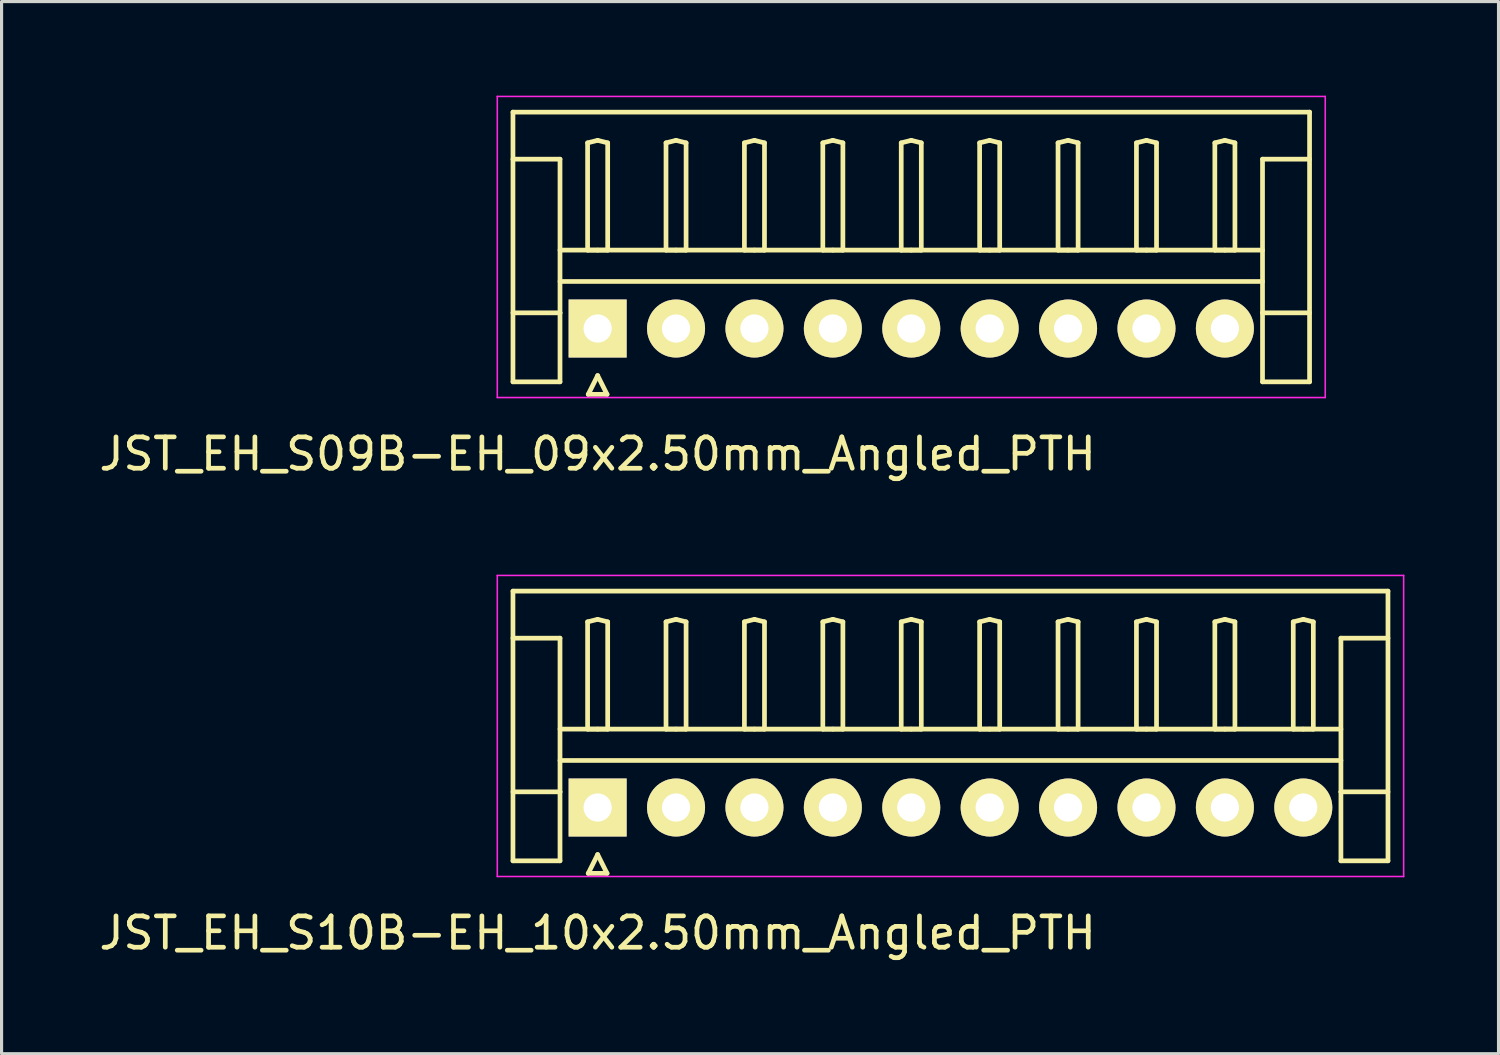
<source format=kicad_pcb>
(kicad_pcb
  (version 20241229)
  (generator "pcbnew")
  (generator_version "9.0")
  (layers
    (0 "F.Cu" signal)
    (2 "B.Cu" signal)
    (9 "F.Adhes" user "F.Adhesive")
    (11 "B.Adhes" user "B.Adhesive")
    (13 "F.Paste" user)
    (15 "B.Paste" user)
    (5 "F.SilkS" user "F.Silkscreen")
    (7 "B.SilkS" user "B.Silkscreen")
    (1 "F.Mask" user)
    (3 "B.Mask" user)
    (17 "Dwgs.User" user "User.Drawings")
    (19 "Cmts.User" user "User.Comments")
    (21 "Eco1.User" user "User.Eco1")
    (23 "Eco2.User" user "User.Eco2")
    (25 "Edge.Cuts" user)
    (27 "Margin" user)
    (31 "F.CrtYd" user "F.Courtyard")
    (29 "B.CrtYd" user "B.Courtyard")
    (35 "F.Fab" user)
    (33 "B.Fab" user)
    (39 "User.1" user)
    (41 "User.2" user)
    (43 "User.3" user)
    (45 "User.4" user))
  (footprint "JST_EH_S09B-EH_09x2.50mm_Angled_PTH"
    (layer "F.Cu")
    (at 16.006 7.425)
    (property "Reference" "JST_EH_S09B-EH_09x2.50mm_Angled_PTH" (at 0 4 0) (layer "F.SilkS") (effects (font (size 1 1) (thickness 0.15))))
    (attr through_hole)
    (fp_line (start -2.7 -6.9) (end 22.7 -6.9) (stroke (width 0.15) (type solid)) (layer "F.SilkS"))
    (fp_line (start -2.7 -5.4) (end -1.2 -5.4) (stroke (width 0.15) (type solid)) (layer "F.SilkS"))
    (fp_line (start -2.7 1.7) (end -2.7 -6.9) (stroke (width 0.15) (type solid)) (layer "F.SilkS"))
    (fp_line (start -1.2 -5.4) (end -1.2 -0.5) (stroke (width 0.15) (type solid)) (layer "F.SilkS"))
    (fp_line (start -1.2 -2.5) (end 21.2 -2.5) (stroke (width 0.15) (type solid)) (layer "F.SilkS"))
    (fp_line (start -1.2 -1.5) (end 21.2 -1.5) (stroke (width 0.15) (type solid)) (layer "F.SilkS"))
    (fp_line (start -1.2 -0.5) (end -2.7 -0.5) (stroke (width 0.15) (type solid)) (layer "F.SilkS"))
    (fp_line (start -1.2 -0.5) (end -1.2 1.7) (stroke (width 0.15) (type solid)) (layer "F.SilkS"))
    (fp_line (start -1.2 1.7) (end -2.7 1.7) (stroke (width 0.15) (type solid)) (layer "F.SilkS"))
    (fp_line (start -0.32 -5.92) (end 0 -6) (stroke (width 0.15) (type solid)) (layer "F.SilkS"))
    (fp_line (start -0.32 -2.5) (end -0.32 -5.92) (stroke (width 0.15) (type solid)) (layer "F.SilkS"))
    (fp_line (start -0.3 2.1) (end 0.3 2.1) (stroke (width 0.15) (type solid)) (layer "F.SilkS"))
    (fp_line (start 0 -6) (end 0.32 -5.92) (stroke (width 0.15) (type solid)) (layer "F.SilkS"))
    (fp_line (start 0 -2.5) (end -0.32 -2.5) (stroke (width 0.15) (type solid)) (layer "F.SilkS"))
    (fp_line (start 0 1.5) (end -0.3 2.1) (stroke (width 0.15) (type solid)) (layer "F.SilkS"))
    (fp_line (start 0.3 2.1) (end 0 1.5) (stroke (width 0.15) (type solid)) (layer "F.SilkS"))
    (fp_line (start 0.32 -5.92) (end 0.32 -2.5) (stroke (width 0.15) (type solid)) (layer "F.SilkS"))
    (fp_line (start 0.32 -2.5) (end 0 -2.5) (stroke (width 0.15) (type solid)) (layer "F.SilkS"))
    (fp_line (start 2.18 -5.92) (end 2.5 -6) (stroke (width 0.15) (type solid)) (layer "F.SilkS"))
    (fp_line (start 2.18 -2.5) (end 2.18 -5.92) (stroke (width 0.15) (type solid)) (layer "F.SilkS"))
    (fp_line (start 2.5 -6) (end 2.82 -5.92) (stroke (width 0.15) (type solid)) (layer "F.SilkS"))
    (fp_line (start 2.5 -2.5) (end 2.18 -2.5) (stroke (width 0.15) (type solid)) (layer "F.SilkS"))
    (fp_line (start 2.82 -5.92) (end 2.82 -2.5) (stroke (width 0.15) (type solid)) (layer "F.SilkS"))
    (fp_line (start 2.82 -2.5) (end 2.5 -2.5) (stroke (width 0.15) (type solid)) (layer "F.SilkS"))
    (fp_line (start 4.68 -5.92) (end 5 -6) (stroke (width 0.15) (type solid)) (layer "F.SilkS"))
    (fp_line (start 4.68 -2.5) (end 4.68 -5.92) (stroke (width 0.15) (type solid)) (layer "F.SilkS"))
    (fp_line (start 5 -6) (end 5.32 -5.92) (stroke (width 0.15) (type solid)) (layer "F.SilkS"))
    (fp_line (start 5 -2.5) (end 4.68 -2.5) (stroke (width 0.15) (type solid)) (layer "F.SilkS"))
    (fp_line (start 5.32 -5.92) (end 5.32 -2.5) (stroke (width 0.15) (type solid)) (layer "F.SilkS"))
    (fp_line (start 5.32 -2.5) (end 5 -2.5) (stroke (width 0.15) (type solid)) (layer "F.SilkS"))
    (fp_line (start 7.18 -5.92) (end 7.5 -6) (stroke (width 0.15) (type solid)) (layer "F.SilkS"))
    (fp_line (start 7.18 -2.5) (end 7.18 -5.92) (stroke (width 0.15) (type solid)) (layer "F.SilkS"))
    (fp_line (start 7.5 -6) (end 7.82 -5.92) (stroke (width 0.15) (type solid)) (layer "F.SilkS"))
    (fp_line (start 7.5 -2.5) (end 7.18 -2.5) (stroke (width 0.15) (type solid)) (layer "F.SilkS"))
    (fp_line (start 7.82 -5.92) (end 7.82 -2.5) (stroke (width 0.15) (type solid)) (layer "F.SilkS"))
    (fp_line (start 7.82 -2.5) (end 7.5 -2.5) (stroke (width 0.15) (type solid)) (layer "F.SilkS"))
    (fp_line (start 9.68 -5.92) (end 10 -6) (stroke (width 0.15) (type solid)) (layer "F.SilkS"))
    (fp_line (start 9.68 -2.5) (end 9.68 -5.92) (stroke (width 0.15) (type solid)) (layer "F.SilkS"))
    (fp_line (start 10 -6) (end 10.32 -5.92) (stroke (width 0.15) (type solid)) (layer "F.SilkS"))
    (fp_line (start 10 -2.5) (end 9.68 -2.5) (stroke (width 0.15) (type solid)) (layer "F.SilkS"))
    (fp_line (start 10.32 -5.92) (end 10.32 -2.5) (stroke (width 0.15) (type solid)) (layer "F.SilkS"))
    (fp_line (start 10.32 -2.5) (end 10 -2.5) (stroke (width 0.15) (type solid)) (layer "F.SilkS"))
    (fp_line (start 12.18 -5.92) (end 12.5 -6) (stroke (width 0.15) (type solid)) (layer "F.SilkS"))
    (fp_line (start 12.18 -2.5) (end 12.18 -5.92) (stroke (width 0.15) (type solid)) (layer "F.SilkS"))
    (fp_line (start 12.5 -6) (end 12.82 -5.92) (stroke (width 0.15) (type solid)) (layer "F.SilkS"))
    (fp_line (start 12.5 -2.5) (end 12.18 -2.5) (stroke (width 0.15) (type solid)) (layer "F.SilkS"))
    (fp_line (start 12.82 -5.92) (end 12.82 -2.5) (stroke (width 0.15) (type solid)) (layer "F.SilkS"))
    (fp_line (start 12.82 -2.5) (end 12.5 -2.5) (stroke (width 0.15) (type solid)) (layer "F.SilkS"))
    (fp_line (start 14.68 -5.92) (end 15 -6) (stroke (width 0.15) (type solid)) (layer "F.SilkS"))
    (fp_line (start 14.68 -2.5) (end 14.68 -5.92) (stroke (width 0.15) (type solid)) (layer "F.SilkS"))
    (fp_line (start 15 -6) (end 15.32 -5.92) (stroke (width 0.15) (type solid)) (layer "F.SilkS"))
    (fp_line (start 15 -2.5) (end 14.68 -2.5) (stroke (width 0.15) (type solid)) (layer "F.SilkS"))
    (fp_line (start 15.32 -5.92) (end 15.32 -2.5) (stroke (width 0.15) (type solid)) (layer "F.SilkS"))
    (fp_line (start 15.32 -2.5) (end 15 -2.5) (stroke (width 0.15) (type solid)) (layer "F.SilkS"))
    (fp_line (start 17.18 -5.92) (end 17.5 -6) (stroke (width 0.15) (type solid)) (layer "F.SilkS"))
    (fp_line (start 17.18 -2.5) (end 17.18 -5.92) (stroke (width 0.15) (type solid)) (layer "F.SilkS"))
    (fp_line (start 17.5 -6) (end 17.82 -5.92) (stroke (width 0.15) (type solid)) (layer "F.SilkS"))
    (fp_line (start 17.5 -2.5) (end 17.18 -2.5) (stroke (width 0.15) (type solid)) (layer "F.SilkS"))
    (fp_line (start 17.82 -5.92) (end 17.82 -2.5) (stroke (width 0.15) (type solid)) (layer "F.SilkS"))
    (fp_line (start 17.82 -2.5) (end 17.5 -2.5) (stroke (width 0.15) (type solid)) (layer "F.SilkS"))
    (fp_line (start 19.68 -5.92) (end 20 -6) (stroke (width 0.15) (type solid)) (layer "F.SilkS"))
    (fp_line (start 19.68 -2.5) (end 19.68 -5.92) (stroke (width 0.15) (type solid)) (layer "F.SilkS"))
    (fp_line (start 20 -6) (end 20.32 -5.92) (stroke (width 0.15) (type solid)) (layer "F.SilkS"))
    (fp_line (start 20 -2.5) (end 19.68 -2.5) (stroke (width 0.15) (type solid)) (layer "F.SilkS"))
    (fp_line (start 20.32 -5.92) (end 20.32 -2.5) (stroke (width 0.15) (type solid)) (layer "F.SilkS"))
    (fp_line (start 20.32 -2.5) (end 20 -2.5) (stroke (width 0.15) (type solid)) (layer "F.SilkS"))
    (fp_line (start 21.2 -5.4) (end 21.2 -0.5) (stroke (width 0.15) (type solid)) (layer "F.SilkS"))
    (fp_line (start 21.2 -0.5) (end 22.7 -0.5) (stroke (width 0.15) (type solid)) (layer "F.SilkS"))
    (fp_line (start 21.2 1.7) (end 21.2 -0.5) (stroke (width 0.15) (type solid)) (layer "F.SilkS"))
    (fp_line (start 22.7 -6.9) (end 22.7 1.7) (stroke (width 0.15) (type solid)) (layer "F.SilkS"))
    (fp_line (start 22.7 -5.4) (end 21.2 -5.4) (stroke (width 0.15) (type solid)) (layer "F.SilkS"))
    (fp_line (start 22.7 1.7) (end 21.2 1.7) (stroke (width 0.15) (type solid)) (layer "F.SilkS"))
    (fp_line (start -3.2 -7.4) (end -3.2 2.2) (stroke (width 0.05) (type solid)) (layer "F.CrtYd"))
    (fp_line (start -3.2 2.2) (end 23.2 2.2) (stroke (width 0.05) (type solid)) (layer "F.CrtYd"))
    (fp_line (start 23.2 -7.4) (end -3.2 -7.4) (stroke (width 0.05) (type solid)) (layer "F.CrtYd"))
    (fp_line (start 23.2 2.2) (end 23.2 -7.4) (stroke (width 0.05) (type solid)) (layer "F.CrtYd"))
    (pad "1" thru_hole rect (at 0 0) (size 1.85 1.85) (drill 0.9) (layers "*.Cu" "*.Mask" "F.SilkS"))
    (pad "2" thru_hole circle (at 2.5 0) (size 1.85 1.85) (drill 0.9) (layers "*.Cu" "*.Mask" "F.SilkS"))
    (pad "3" thru_hole circle (at 5 0) (size 1.85 1.85) (drill 0.9) (layers "*.Cu" "*.Mask" "F.SilkS"))
    (pad "4" thru_hole circle (at 7.5 0) (size 1.85 1.85) (drill 0.9) (layers "*.Cu" "*.Mask" "F.SilkS"))
    (pad "5" thru_hole circle (at 10 0) (size 1.85 1.85) (drill 0.9) (layers "*.Cu" "*.Mask" "F.SilkS"))
    (pad "6" thru_hole circle (at 12.5 0) (size 1.85 1.85) (drill 0.9) (layers "*.Cu" "*.Mask" "F.SilkS"))
    (pad "7" thru_hole circle (at 15 0) (size 1.85 1.85) (drill 0.9) (layers "*.Cu" "*.Mask" "F.SilkS"))
    (pad "8" thru_hole circle (at 17.5 0) (size 1.85 1.85) (drill 0.9) (layers "*.Cu" "*.Mask" "F.SilkS"))
    (pad "9" thru_hole circle (at 20 0) (size 1.85 1.85) (drill 0.9) (layers "*.Cu" "*.Mask" "F.SilkS")))
  (footprint "JST_EH_S10B-EH_10x2.50mm_Angled_PTH"
    (layer "F.Cu")
    (at 16.006 22.698)
    (property "Reference" "JST_EH_S10B-EH_10x2.50mm_Angled_PTH" (at 0 4 0) (layer "F.SilkS") (effects (font (size 1 1) (thickness 0.15))))
    (attr through_hole)
    (fp_line (start -2.7 -6.9) (end 25.2 -6.9) (stroke (width 0.15) (type solid)) (layer "F.SilkS"))
    (fp_line (start -2.7 -5.4) (end -1.2 -5.4) (stroke (width 0.15) (type solid)) (layer "F.SilkS"))
    (fp_line (start -2.7 1.7) (end -2.7 -6.9) (stroke (width 0.15) (type solid)) (layer "F.SilkS"))
    (fp_line (start -1.2 -5.4) (end -1.2 -0.5) (stroke (width 0.15) (type solid)) (layer "F.SilkS"))
    (fp_line (start -1.2 -2.5) (end 23.7 -2.5) (stroke (width 0.15) (type solid)) (layer "F.SilkS"))
    (fp_line (start -1.2 -1.5) (end 23.7 -1.5) (stroke (width 0.15) (type solid)) (layer "F.SilkS"))
    (fp_line (start -1.2 -0.5) (end -2.7 -0.5) (stroke (width 0.15) (type solid)) (layer "F.SilkS"))
    (fp_line (start -1.2 -0.5) (end -1.2 1.7) (stroke (width 0.15) (type solid)) (layer "F.SilkS"))
    (fp_line (start -1.2 1.7) (end -2.7 1.7) (stroke (width 0.15) (type solid)) (layer "F.SilkS"))
    (fp_line (start -0.32 -5.92) (end 0 -6) (stroke (width 0.15) (type solid)) (layer "F.SilkS"))
    (fp_line (start -0.32 -2.5) (end -0.32 -5.92) (stroke (width 0.15) (type solid)) (layer "F.SilkS"))
    (fp_line (start -0.3 2.1) (end 0.3 2.1) (stroke (width 0.15) (type solid)) (layer "F.SilkS"))
    (fp_line (start 0 -6) (end 0.32 -5.92) (stroke (width 0.15) (type solid)) (layer "F.SilkS"))
    (fp_line (start 0 -2.5) (end -0.32 -2.5) (stroke (width 0.15) (type solid)) (layer "F.SilkS"))
    (fp_line (start 0 1.5) (end -0.3 2.1) (stroke (width 0.15) (type solid)) (layer "F.SilkS"))
    (fp_line (start 0.3 2.1) (end 0 1.5) (stroke (width 0.15) (type solid)) (layer "F.SilkS"))
    (fp_line (start 0.32 -5.92) (end 0.32 -2.5) (stroke (width 0.15) (type solid)) (layer "F.SilkS"))
    (fp_line (start 0.32 -2.5) (end 0 -2.5) (stroke (width 0.15) (type solid)) (layer "F.SilkS"))
    (fp_line (start 2.18 -5.92) (end 2.5 -6) (stroke (width 0.15) (type solid)) (layer "F.SilkS"))
    (fp_line (start 2.18 -2.5) (end 2.18 -5.92) (stroke (width 0.15) (type solid)) (layer "F.SilkS"))
    (fp_line (start 2.5 -6) (end 2.82 -5.92) (stroke (width 0.15) (type solid)) (layer "F.SilkS"))
    (fp_line (start 2.5 -2.5) (end 2.18 -2.5) (stroke (width 0.15) (type solid)) (layer "F.SilkS"))
    (fp_line (start 2.82 -5.92) (end 2.82 -2.5) (stroke (width 0.15) (type solid)) (layer "F.SilkS"))
    (fp_line (start 2.82 -2.5) (end 2.5 -2.5) (stroke (width 0.15) (type solid)) (layer "F.SilkS"))
    (fp_line (start 4.68 -5.92) (end 5 -6) (stroke (width 0.15) (type solid)) (layer "F.SilkS"))
    (fp_line (start 4.68 -2.5) (end 4.68 -5.92) (stroke (width 0.15) (type solid)) (layer "F.SilkS"))
    (fp_line (start 5 -6) (end 5.32 -5.92) (stroke (width 0.15) (type solid)) (layer "F.SilkS"))
    (fp_line (start 5 -2.5) (end 4.68 -2.5) (stroke (width 0.15) (type solid)) (layer "F.SilkS"))
    (fp_line (start 5.32 -5.92) (end 5.32 -2.5) (stroke (width 0.15) (type solid)) (layer "F.SilkS"))
    (fp_line (start 5.32 -2.5) (end 5 -2.5) (stroke (width 0.15) (type solid)) (layer "F.SilkS"))
    (fp_line (start 7.18 -5.92) (end 7.5 -6) (stroke (width 0.15) (type solid)) (layer "F.SilkS"))
    (fp_line (start 7.18 -2.5) (end 7.18 -5.92) (stroke (width 0.15) (type solid)) (layer "F.SilkS"))
    (fp_line (start 7.5 -6) (end 7.82 -5.92) (stroke (width 0.15) (type solid)) (layer "F.SilkS"))
    (fp_line (start 7.5 -2.5) (end 7.18 -2.5) (stroke (width 0.15) (type solid)) (layer "F.SilkS"))
    (fp_line (start 7.82 -5.92) (end 7.82 -2.5) (stroke (width 0.15) (type solid)) (layer "F.SilkS"))
    (fp_line (start 7.82 -2.5) (end 7.5 -2.5) (stroke (width 0.15) (type solid)) (layer "F.SilkS"))
    (fp_line (start 9.68 -5.92) (end 10 -6) (stroke (width 0.15) (type solid)) (layer "F.SilkS"))
    (fp_line (start 9.68 -2.5) (end 9.68 -5.92) (stroke (width 0.15) (type solid)) (layer "F.SilkS"))
    (fp_line (start 10 -6) (end 10.32 -5.92) (stroke (width 0.15) (type solid)) (layer "F.SilkS"))
    (fp_line (start 10 -2.5) (end 9.68 -2.5) (stroke (width 0.15) (type solid)) (layer "F.SilkS"))
    (fp_line (start 10.32 -5.92) (end 10.32 -2.5) (stroke (width 0.15) (type solid)) (layer "F.SilkS"))
    (fp_line (start 10.32 -2.5) (end 10 -2.5) (stroke (width 0.15) (type solid)) (layer "F.SilkS"))
    (fp_line (start 12.18 -5.92) (end 12.5 -6) (stroke (width 0.15) (type solid)) (layer "F.SilkS"))
    (fp_line (start 12.18 -2.5) (end 12.18 -5.92) (stroke (width 0.15) (type solid)) (layer "F.SilkS"))
    (fp_line (start 12.5 -6) (end 12.82 -5.92) (stroke (width 0.15) (type solid)) (layer "F.SilkS"))
    (fp_line (start 12.5 -2.5) (end 12.18 -2.5) (stroke (width 0.15) (type solid)) (layer "F.SilkS"))
    (fp_line (start 12.82 -5.92) (end 12.82 -2.5) (stroke (width 0.15) (type solid)) (layer "F.SilkS"))
    (fp_line (start 12.82 -2.5) (end 12.5 -2.5) (stroke (width 0.15) (type solid)) (layer "F.SilkS"))
    (fp_line (start 14.68 -5.92) (end 15 -6) (stroke (width 0.15) (type solid)) (layer "F.SilkS"))
    (fp_line (start 14.68 -2.5) (end 14.68 -5.92) (stroke (width 0.15) (type solid)) (layer "F.SilkS"))
    (fp_line (start 15 -6) (end 15.32 -5.92) (stroke (width 0.15) (type solid)) (layer "F.SilkS"))
    (fp_line (start 15 -2.5) (end 14.68 -2.5) (stroke (width 0.15) (type solid)) (layer "F.SilkS"))
    (fp_line (start 15.32 -5.92) (end 15.32 -2.5) (stroke (width 0.15) (type solid)) (layer "F.SilkS"))
    (fp_line (start 15.32 -2.5) (end 15 -2.5) (stroke (width 0.15) (type solid)) (layer "F.SilkS"))
    (fp_line (start 17.18 -5.92) (end 17.5 -6) (stroke (width 0.15) (type solid)) (layer "F.SilkS"))
    (fp_line (start 17.18 -2.5) (end 17.18 -5.92) (stroke (width 0.15) (type solid)) (layer "F.SilkS"))
    (fp_line (start 17.5 -6) (end 17.82 -5.92) (stroke (width 0.15) (type solid)) (layer "F.SilkS"))
    (fp_line (start 17.5 -2.5) (end 17.18 -2.5) (stroke (width 0.15) (type solid)) (layer "F.SilkS"))
    (fp_line (start 17.82 -5.92) (end 17.82 -2.5) (stroke (width 0.15) (type solid)) (layer "F.SilkS"))
    (fp_line (start 17.82 -2.5) (end 17.5 -2.5) (stroke (width 0.15) (type solid)) (layer "F.SilkS"))
    (fp_line (start 19.68 -5.92) (end 20 -6) (stroke (width 0.15) (type solid)) (layer "F.SilkS"))
    (fp_line (start 19.68 -2.5) (end 19.68 -5.92) (stroke (width 0.15) (type solid)) (layer "F.SilkS"))
    (fp_line (start 20 -6) (end 20.32 -5.92) (stroke (width 0.15) (type solid)) (layer "F.SilkS"))
    (fp_line (start 20 -2.5) (end 19.68 -2.5) (stroke (width 0.15) (type solid)) (layer "F.SilkS"))
    (fp_line (start 20.32 -5.92) (end 20.32 -2.5) (stroke (width 0.15) (type solid)) (layer "F.SilkS"))
    (fp_line (start 20.32 -2.5) (end 20 -2.5) (stroke (width 0.15) (type solid)) (layer "F.SilkS"))
    (fp_line (start 22.18 -5.92) (end 22.5 -6) (stroke (width 0.15) (type solid)) (layer "F.SilkS"))
    (fp_line (start 22.18 -2.5) (end 22.18 -5.92) (stroke (width 0.15) (type solid)) (layer "F.SilkS"))
    (fp_line (start 22.5 -6) (end 22.82 -5.92) (stroke (width 0.15) (type solid)) (layer "F.SilkS"))
    (fp_line (start 22.5 -2.5) (end 22.18 -2.5) (stroke (width 0.15) (type solid)) (layer "F.SilkS"))
    (fp_line (start 22.82 -5.92) (end 22.82 -2.5) (stroke (width 0.15) (type solid)) (layer "F.SilkS"))
    (fp_line (start 22.82 -2.5) (end 22.5 -2.5) (stroke (width 0.15) (type solid)) (layer "F.SilkS"))
    (fp_line (start 23.7 -5.4) (end 23.7 -0.5) (stroke (width 0.15) (type solid)) (layer "F.SilkS"))
    (fp_line (start 23.7 -0.5) (end 25.2 -0.5) (stroke (width 0.15) (type solid)) (layer "F.SilkS"))
    (fp_line (start 23.7 1.7) (end 23.7 -0.5) (stroke (width 0.15) (type solid)) (layer "F.SilkS"))
    (fp_line (start 25.2 -6.9) (end 25.2 1.7) (stroke (width 0.15) (type solid)) (layer "F.SilkS"))
    (fp_line (start 25.2 -5.4) (end 23.7 -5.4) (stroke (width 0.15) (type solid)) (layer "F.SilkS"))
    (fp_line (start 25.2 1.7) (end 23.7 1.7) (stroke (width 0.15) (type solid)) (layer "F.SilkS"))
    (fp_line (start -3.2 -7.4) (end -3.2 2.2) (stroke (width 0.05) (type solid)) (layer "F.CrtYd"))
    (fp_line (start -3.2 2.2) (end 25.7 2.2) (stroke (width 0.05) (type solid)) (layer "F.CrtYd"))
    (fp_line (start 25.7 -7.4) (end -3.2 -7.4) (stroke (width 0.05) (type solid)) (layer "F.CrtYd"))
    (fp_line (start 25.7 2.2) (end 25.7 -7.4) (stroke (width 0.05) (type solid)) (layer "F.CrtYd"))
    (pad "1" thru_hole rect (at 0 0) (size 1.85 1.85) (drill 0.9) (layers "*.Cu" "*.Mask" "F.SilkS"))
    (pad "2" thru_hole circle (at 2.5 0) (size 1.85 1.85) (drill 0.9) (layers "*.Cu" "*.Mask" "F.SilkS"))
    (pad "3" thru_hole circle (at 5 0) (size 1.85 1.85) (drill 0.9) (layers "*.Cu" "*.Mask" "F.SilkS"))
    (pad "4" thru_hole circle (at 7.5 0) (size 1.85 1.85) (drill 0.9) (layers "*.Cu" "*.Mask" "F.SilkS"))
    (pad "5" thru_hole circle (at 10 0) (size 1.85 1.85) (drill 0.9) (layers "*.Cu" "*.Mask" "F.SilkS"))
    (pad "6" thru_hole circle (at 12.5 0) (size 1.85 1.85) (drill 0.9) (layers "*.Cu" "*.Mask" "F.SilkS"))
    (pad "7" thru_hole circle (at 15 0) (size 1.85 1.85) (drill 0.9) (layers "*.Cu" "*.Mask" "F.SilkS"))
    (pad "8" thru_hole circle (at 17.5 0) (size 1.85 1.85) (drill 0.9) (layers "*.Cu" "*.Mask" "F.SilkS"))
    (pad "9" thru_hole circle (at 20 0) (size 1.85 1.85) (drill 0.9) (layers "*.Cu" "*.Mask" "F.SilkS"))
    (pad "10" thru_hole circle (at 22.5 0) (size 1.85 1.85) (drill 0.9) (layers "*.Cu" "*.Mask" "F.SilkS")))
  (gr_rect
    (start -3 -3)
    (end 44.731 30.547)
    (stroke (width 0.1) (type default))
    (fill no)
    (layer "Edge.Cuts")))
</source>
